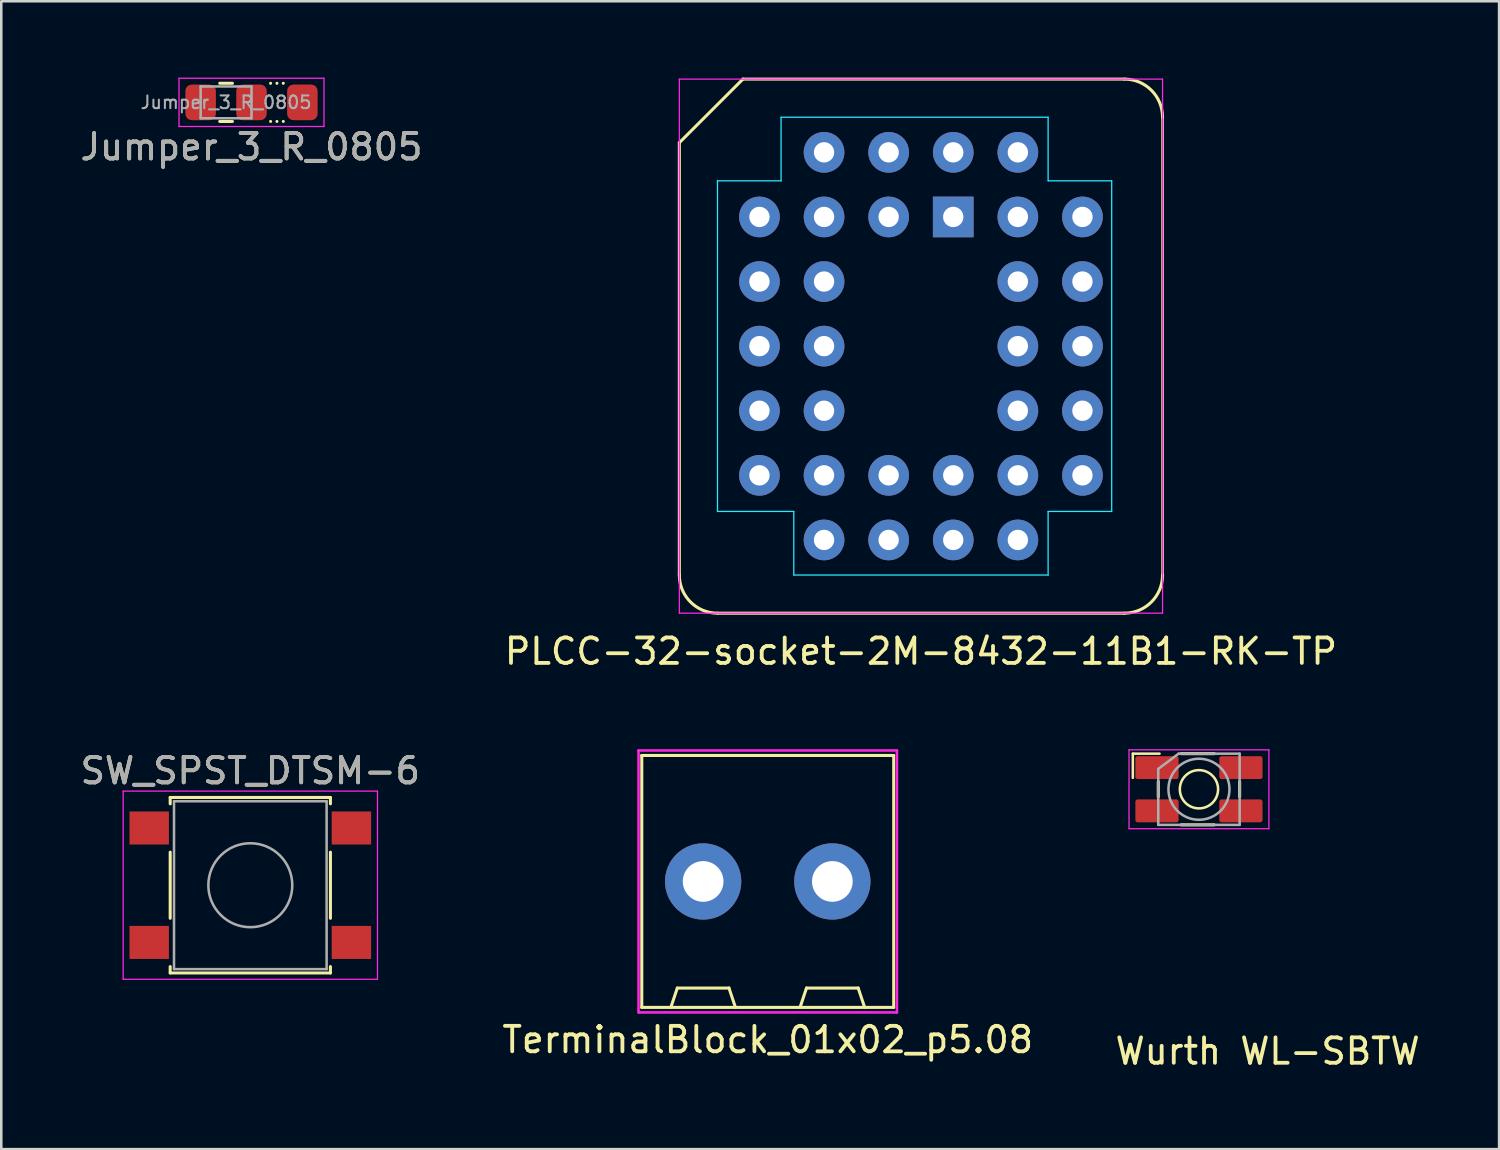
<source format=kicad_pcb>
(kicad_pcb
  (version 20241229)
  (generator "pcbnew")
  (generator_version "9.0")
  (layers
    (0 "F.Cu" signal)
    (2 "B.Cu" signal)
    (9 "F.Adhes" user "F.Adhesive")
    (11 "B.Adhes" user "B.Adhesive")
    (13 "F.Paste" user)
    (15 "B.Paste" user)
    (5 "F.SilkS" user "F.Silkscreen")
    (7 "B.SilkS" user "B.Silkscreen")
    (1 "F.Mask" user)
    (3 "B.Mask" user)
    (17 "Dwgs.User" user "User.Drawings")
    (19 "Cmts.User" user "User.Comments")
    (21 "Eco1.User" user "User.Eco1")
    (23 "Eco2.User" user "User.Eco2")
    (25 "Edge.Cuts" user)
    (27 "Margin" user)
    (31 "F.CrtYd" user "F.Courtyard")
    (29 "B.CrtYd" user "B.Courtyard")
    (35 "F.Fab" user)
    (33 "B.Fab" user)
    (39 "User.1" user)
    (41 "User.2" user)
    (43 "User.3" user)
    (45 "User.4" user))
  (footprint "SW_SPST_DTSM-6"
    (layer "F.Cu")
    (at 6.792 31.756)
    (property "Reference" "SW_SPST_DTSM-6" (at 0 -4.5 0) (layer "F.SilkS") (effects (font (size 1 1) (thickness 0.15))))
    (attr smd)
    (fp_line (start -3.15 -3.45) (end 3.15 -3.45) (stroke (width 0.12) (type solid)) (layer "F.SilkS"))
    (fp_line (start -3.15 -3.2) (end -3.15 -3.45) (stroke (width 0.12) (type solid)) (layer "F.SilkS"))
    (fp_line (start -3.15 1.3) (end -3.15 -1.3) (stroke (width 0.12) (type solid)) (layer "F.SilkS"))
    (fp_line (start -3.15 3.45) (end -3.15 3.2) (stroke (width 0.12) (type solid)) (layer "F.SilkS"))
    (fp_line (start 3.15 -3.45) (end 3.15 -3.2) (stroke (width 0.12) (type solid)) (layer "F.SilkS"))
    (fp_line (start 3.15 -1.3) (end 3.15 1.3) (stroke (width 0.12) (type solid)) (layer "F.SilkS"))
    (fp_line (start 3.15 3.2) (end 3.15 3.45) (stroke (width 0.12) (type solid)) (layer "F.SilkS"))
    (fp_line (start 3.15 3.45) (end -3.15 3.45) (stroke (width 0.12) (type solid)) (layer "F.SilkS"))
    (fp_line (start -5 -3.7) (end -5 3.7) (stroke (width 0.05) (type solid)) (layer "F.CrtYd"))
    (fp_line (start -5 3.7) (end 5 3.7) (stroke (width 0.05) (type solid)) (layer "F.CrtYd"))
    (fp_line (start 5 -3.7) (end -5 -3.7) (stroke (width 0.05) (type solid)) (layer "F.CrtYd"))
    (fp_line (start 5 3.7) (end 5 -3.7) (stroke (width 0.05) (type solid)) (layer "F.CrtYd"))
    (fp_line (start -3 -3.3) (end 3 -3.3) (stroke (width 0.1) (type solid)) (layer "F.Fab"))
    (fp_line (start -3 3.3) (end -3 -3.3) (stroke (width 0.1) (type solid)) (layer "F.Fab"))
    (fp_line (start 3 -3.3) (end 3 3.3) (stroke (width 0.1) (type solid)) (layer "F.Fab"))
    (fp_line (start 3 3.3) (end -3 3.3) (stroke (width 0.1) (type solid)) (layer "F.Fab"))
    (fp_circle (center 0 0) (end 1.65 0) (stroke (width 0.1) (type solid)) (fill no) (layer "F.Fab"))
    (fp_text user "${REFERENCE}" (at 0 -4.5 0) (layer "F.Fab") (effects (font (size 1 1) (thickness 0.15))))
    (pad "1" smd rect (at -3.975 -2.25) (size 1.55 1.3) (layers "F.Cu" "F.Mask" "F.Paste"))
    (pad "2" smd rect (at 3.975 -2.25) (size 1.55 1.3) (layers "F.Cu" "F.Mask" "F.Paste"))
    (pad "3" smd rect (at -3.975 2.25) (size 1.55 1.3) (layers "F.Cu" "F.Mask" "F.Paste"))
    (pad "4" smd rect (at 3.975 2.25) (size 1.55 1.3) (layers "F.Cu" "F.Mask" "F.Paste")))
  (footprint "Wurth WL-SBTW"
    (layer "F.Cu")
    (at 44.092 27.983)
    (property "Reference" "Wurth WL-SBTW" (at 2.7 10.3 0) (layer "F.SilkS") (effects (font (size 1 1) (thickness 0.15))))
    (attr through_hole)
    (fp_line (start -2.6 -1.4) (end -2.6 -0.45) (stroke (width 0.1) (type solid)) (layer "F.SilkS"))
    (fp_line (start -2.6 -1.4) (end -1.55 -1.4) (stroke (width 0.1) (type solid)) (layer "F.SilkS"))
    (fp_line (start -1.6 -0.3) (end -1.6 0.3) (stroke (width 0.12) (type solid)) (layer "F.SilkS"))
    (fp_line (start -0.7 -1.4) (end 0.6 -1.4) (stroke (width 0.12) (type solid)) (layer "F.SilkS"))
    (fp_line (start -0.7 1.4) (end 0.6 1.4) (stroke (width 0.12) (type solid)) (layer "F.SilkS"))
    (fp_line (start 1.6 -0.3) (end 1.6 0.3) (stroke (width 0.12) (type solid)) (layer "F.SilkS"))
    (fp_circle (center 0 0) (end 0.752 0) (stroke (width 0.1) (type solid)) (fill no) (layer "F.SilkS"))
    (fp_line (start -2.75 -1.55) (end -2.75 1.55) (stroke (width 0.05) (type solid)) (layer "F.CrtYd"))
    (fp_line (start -2.75 -1.55) (end 2.75 -1.55) (stroke (width 0.05) (type solid)) (layer "F.CrtYd"))
    (fp_line (start -2.75 1.55) (end 2.75 1.55) (stroke (width 0.05) (type solid)) (layer "F.CrtYd"))
    (fp_line (start 2.75 -1.55) (end 2.75 1.55) (stroke (width 0.05) (type solid)) (layer "F.CrtYd"))
    (fp_line (start -1.6 -0.8) (end -1.6 0) (stroke (width 0.1) (type solid)) (layer "F.Fab"))
    (fp_line (start -1.6 1.4) (end -1.6 0) (stroke (width 0.1) (type solid)) (layer "F.Fab"))
    (fp_line (start -0.8 -1.4) (end -1.6 -0.8) (stroke (width 0.1) (type solid)) (layer "F.Fab"))
    (fp_line (start 0 -1.4) (end -0.8 -1.4) (stroke (width 0.1) (type solid)) (layer "F.Fab"))
    (fp_line (start 1.6 -1.4) (end 0 -1.4) (stroke (width 0.1) (type solid)) (layer "F.Fab"))
    (fp_line (start 1.6 -1.4) (end 1.6 1.4) (stroke (width 0.1) (type solid)) (layer "F.Fab"))
    (fp_line (start 1.6 1.4) (end -1.6 1.4) (stroke (width 0.1) (type solid)) (layer "F.Fab"))
    (fp_circle (center 0 0) (end 1.2 0) (stroke (width 0.1) (type solid)) (fill no) (layer "F.Fab"))
    (pad "1" smd roundrect (at 1.65 -0.85) (size 1.7 0.9) (layers "F.Cu" "F.Mask" "F.Paste") (roundrect_rratio 0.1))
    (pad "2" smd roundrect (at 1.65 0.85) (size 1.7 0.9) (layers "F.Cu" "F.Mask" "F.Paste") (roundrect_rratio 0.1))
    (pad "3" smd roundrect (at -1.65 -0.85) (size 1.7 0.9) (layers "F.Cu" "F.Mask" "F.Paste") (roundrect_rratio 0.1))
    (pad "4" smd roundrect (at -1.65 0.85) (size 1.7 0.9) (layers "F.Cu" "F.Mask" "F.Paste") (roundrect_rratio 0.1)))
  (footprint "PLCC-32-socket-2M-8432-11B1-RK-TP"
    (layer "F.Cu")
    (at 33.161 10.56)
    (property "Reference" "PLCC-32-socket-2M-8432-11B1-RK-TP" (at 0 12 0) (layer "F.SilkS") (effects (font (size 1 1) (thickness 0.15))))
    (attr through_hole)
    (fp_line (start -9.5 -8) (end -9.5 9) (stroke (width 0.12) (type solid)) (layer "F.SilkS"))
    (fp_line (start -8 10.5) (end 8 10.5) (stroke (width 0.12) (type solid)) (layer "F.SilkS"))
    (fp_line (start -7 -10.5) (end -9.5 -8) (stroke (width 0.12) (type solid)) (layer "F.SilkS"))
    (fp_line (start 8 -10.5) (end -7 -10.5) (stroke (width 0.12) (type solid)) (layer "F.SilkS"))
    (fp_line (start 9.5 9) (end 9.5 -9) (stroke (width 0.1) (type solid)) (layer "F.SilkS"))
    (fp_arc (start -8 10.5) (mid -9.06066 10.06066) (end -9.5 9) (stroke (width 0.12) (type solid)) (layer "F.SilkS"))
    (fp_arc (start 8 -10.5) (mid 9.06066 -10.06066) (end 9.5 -9) (stroke (width 0.12) (type solid)) (layer "F.SilkS"))
    (fp_arc (start 9.5 9) (mid 9.06066 10.06066) (end 8 10.5) (stroke (width 0.12) (type solid)) (layer "F.SilkS"))
    (fp_line (start -8 -6.5) (end -5.5 -6.5) (stroke (width 0.05) (type solid)) (layer "B.CrtYd"))
    (fp_line (start -8 6.5) (end -8 -6.5) (stroke (width 0.05) (type solid)) (layer "B.CrtYd"))
    (fp_line (start -5.5 -9) (end 5 -9) (stroke (width 0.05) (type solid)) (layer "B.CrtYd"))
    (fp_line (start -5.5 -6.5) (end -5.5 -9) (stroke (width 0.05) (type solid)) (layer "B.CrtYd"))
    (fp_line (start -5 6.5) (end -8 6.5) (stroke (width 0.05) (type solid)) (layer "B.CrtYd"))
    (fp_line (start -5 9) (end -5 6.5) (stroke (width 0.05) (type solid)) (layer "B.CrtYd"))
    (fp_line (start 5 -9) (end 5 -6.5) (stroke (width 0.05) (type solid)) (layer "B.CrtYd"))
    (fp_line (start 5 -6.5) (end 7.5 -6.5) (stroke (width 0.05) (type solid)) (layer "B.CrtYd"))
    (fp_line (start 5 6.5) (end 5 9) (stroke (width 0.05) (type solid)) (layer "B.CrtYd"))
    (fp_line (start 5 9) (end -5 9) (stroke (width 0.05) (type solid)) (layer "B.CrtYd"))
    (fp_line (start 7.5 -6.5) (end 7.5 6.5) (stroke (width 0.05) (type solid)) (layer "B.CrtYd"))
    (fp_line (start 7.5 6.5) (end 5 6.5) (stroke (width 0.05) (type solid)) (layer "B.CrtYd"))
    (fp_line (start -9.5 -10.5) (end -9.5 10.5) (stroke (width 0.05) (type solid)) (layer "F.CrtYd"))
    (fp_line (start -9.5 10.5) (end 9.5 10.5) (stroke (width 0.05) (type solid)) (layer "F.CrtYd"))
    (fp_line (start 9.5 -10.5) (end -9.5 -10.5) (stroke (width 0.05) (type solid)) (layer "F.CrtYd"))
    (fp_line (start 9.5 10.5) (end 9.5 -10.5) (stroke (width 0.05) (type solid)) (layer "F.CrtYd"))
    (pad "1" thru_hole rect (at 1.27 -5.08) (size 1.6 1.6) (drill 0.8) (layers "*.Cu" "*.Mask"))
    (pad "2" thru_hole circle (at -1.27 -7.62) (size 1.6 1.6) (drill 0.8) (layers "*.Cu" "*.Mask"))
    (pad "3" thru_hole circle (at -1.27 -5.08) (size 1.6 1.6) (drill 0.8) (layers "*.Cu" "*.Mask"))
    (pad "4" thru_hole circle (at -3.81 -7.62) (size 1.6 1.6) (drill 0.8) (layers "*.Cu" "*.Mask"))
    (pad "5" thru_hole circle (at -6.35 -5.08) (size 1.6 1.6) (drill 0.8) (layers "*.Cu" "*.Mask"))
    (pad "6" thru_hole circle (at -3.81 -5.08) (size 1.6 1.6) (drill 0.8) (layers "*.Cu" "*.Mask"))
    (pad "7" thru_hole circle (at -6.35 -2.54) (size 1.6 1.6) (drill 0.8) (layers "*.Cu" "*.Mask"))
    (pad "8" thru_hole circle (at -3.81 -2.54) (size 1.6 1.6) (drill 0.8) (layers "*.Cu" "*.Mask"))
    (pad "9" thru_hole circle (at -6.35 0) (size 1.6 1.6) (drill 0.8) (layers "*.Cu" "*.Mask"))
    (pad "10" thru_hole circle (at -3.81 0) (size 1.6 1.6) (drill 0.8) (layers "*.Cu" "*.Mask"))
    (pad "11" thru_hole circle (at -6.35 2.54) (size 1.6 1.6) (drill 0.8) (layers "*.Cu" "*.Mask"))
    (pad "12" thru_hole circle (at -3.81 2.54) (size 1.6 1.6) (drill 0.8) (layers "*.Cu" "*.Mask"))
    (pad "13" thru_hole circle (at -6.35 5.08) (size 1.6 1.6) (drill 0.8) (layers "*.Cu" "*.Mask"))
    (pad "14" thru_hole circle (at -3.81 7.62) (size 1.6 1.6) (drill 0.8) (layers "*.Cu" "*.Mask"))
    (pad "15" thru_hole circle (at -3.81 5.08) (size 1.6 1.6) (drill 0.8) (layers "*.Cu" "*.Mask"))
    (pad "16" thru_hole circle (at -1.27 7.62) (size 1.6 1.6) (drill 0.8) (layers "*.Cu" "*.Mask"))
    (pad "17" thru_hole circle (at -1.27 5.08) (size 1.6 1.6) (drill 0.8) (layers "*.Cu" "*.Mask"))
    (pad "18" thru_hole circle (at 1.27 7.62) (size 1.6 1.6) (drill 0.8) (layers "*.Cu" "*.Mask"))
    (pad "19" thru_hole circle (at 1.27 5.08) (size 1.6 1.6) (drill 0.8) (layers "*.Cu" "*.Mask"))
    (pad "20" thru_hole circle (at 3.81 7.62) (size 1.6 1.6) (drill 0.8) (layers "*.Cu" "*.Mask"))
    (pad "21" thru_hole circle (at 6.35 5.08) (size 1.6 1.6) (drill 0.8) (layers "*.Cu" "*.Mask"))
    (pad "22" thru_hole circle (at 3.81 5.08) (size 1.6 1.6) (drill 0.8) (layers "*.Cu" "*.Mask"))
    (pad "23" thru_hole circle (at 6.35 2.54) (size 1.6 1.6) (drill 0.8) (layers "*.Cu" "*.Mask"))
    (pad "24" thru_hole circle (at 3.81 2.54) (size 1.6 1.6) (drill 0.8) (layers "*.Cu" "*.Mask"))
    (pad "25" thru_hole circle (at 6.35 0) (size 1.6 1.6) (drill 0.8) (layers "*.Cu" "*.Mask"))
    (pad "26" thru_hole circle (at 3.81 0) (size 1.6 1.6) (drill 0.8) (layers "*.Cu" "*.Mask"))
    (pad "27" thru_hole circle (at 6.35 -2.54) (size 1.6 1.6) (drill 0.8) (layers "*.Cu" "*.Mask"))
    (pad "28" thru_hole circle (at 3.81 -2.54) (size 1.6 1.6) (drill 0.8) (layers "*.Cu" "*.Mask"))
    (pad "29" thru_hole circle (at 6.35 -5.08) (size 1.6 1.6) (drill 0.8) (layers "*.Cu" "*.Mask"))
    (pad "30" thru_hole circle (at 3.81 -7.62) (size 1.6 1.6) (drill 0.8) (layers "*.Cu" "*.Mask"))
    (pad "31" thru_hole circle (at 3.81 -5.08) (size 1.6 1.6) (drill 0.8) (layers "*.Cu" "*.Mask"))
    (pad "32" thru_hole circle (at 1.27 -7.62) (size 1.6 1.6) (drill 0.8) (layers "*.Cu" "*.Mask")))
  (footprint "TerminalBlock_01x02_p5.08"
    (layer "F.Cu")
    (at 27.137 31.608)
    (property "Reference" "TerminalBlock_01x02_p5.08" (at 0 6.223 0) (layer "F.SilkS") (effects (font (size 1 1) (thickness 0.15))))
    (attr through_hole)
    (fp_line (start -4.953 -4.953) (end 4.953 -4.953) (stroke (width 0.12) (type solid)) (layer "F.SilkS"))
    (fp_line (start -4.953 4.953) (end -4.953 -4.953) (stroke (width 0.12) (type solid)) (layer "F.SilkS"))
    (fp_line (start -3.81 4.953) (end -3.556 4.191) (stroke (width 0.12) (type solid)) (layer "F.SilkS"))
    (fp_line (start -3.556 4.191) (end -1.524 4.191) (stroke (width 0.12) (type solid)) (layer "F.SilkS"))
    (fp_line (start -1.524 4.191) (end -1.27 4.953) (stroke (width 0.12) (type solid)) (layer "F.SilkS"))
    (fp_line (start 1.27 4.953) (end 1.524 4.191) (stroke (width 0.12) (type solid)) (layer "F.SilkS"))
    (fp_line (start 1.524 4.191) (end 3.556 4.191) (stroke (width 0.12) (type solid)) (layer "F.SilkS"))
    (fp_line (start 3.556 4.191) (end 3.81 4.953) (stroke (width 0.12) (type solid)) (layer "F.SilkS"))
    (fp_line (start 4.953 -4.953) (end 4.953 4.953) (stroke (width 0.12) (type solid)) (layer "F.SilkS"))
    (fp_line (start 4.953 4.953) (end -4.953 4.953) (stroke (width 0.12) (type solid)) (layer "F.SilkS"))
    (fp_line (start -5.08 -5.15) (end 5.08 -5.15) (stroke (width 0.1) (type solid)) (layer "F.CrtYd"))
    (fp_line (start -5.08 5.15) (end -5.08 -5.15) (stroke (width 0.1) (type solid)) (layer "F.CrtYd"))
    (fp_line (start -5.08 5.15) (end 5.08 5.15) (stroke (width 0.1) (type solid)) (layer "F.CrtYd"))
    (fp_line (start 5.08 -5.15) (end 5.08 5.15) (stroke (width 0.1) (type solid)) (layer "F.CrtYd"))
    (pad "1" thru_hole circle (at -2.54 0) (size 3 3) (drill 1.6) (layers "*.Cu" "*.Mask"))
    (pad "2" thru_hole circle (at 2.54 0) (size 3 3) (drill 1.6) (layers "*.Cu" "*.Mask")))
  (footprint "Jumper_3_R_0805"
    (layer "F.Cu")
    (at 6.839 0.975)
    (property "Reference" "Jumper_3_R_0805" (at 0 1.75 0) (unlocked yes) (layer "F.SilkS") (effects (font (size 1 1) (thickness 0.15))))
    (attr smd)
    (fp_line (start -1.25 -0.75) (end -0.75 -0.75) (stroke (width 0.12) (type solid)) (layer "F.SilkS"))
    (fp_line (start -1.25 0.75) (end -0.75 0.75) (stroke (width 0.12) (type solid)) (layer "F.SilkS"))
    (fp_line (start 0.75 -0.75) (end 0.75 -0.75) (stroke (width 0.12) (type solid)) (layer "F.SilkS"))
    (fp_line (start 0.75 0.75) (end 0.75 0.75) (stroke (width 0.12) (type solid)) (layer "F.SilkS"))
    (fp_line (start 1 -0.75) (end 1 -0.75) (stroke (width 0.12) (type solid)) (layer "F.SilkS"))
    (fp_line (start 1 0.75) (end 1 0.75) (stroke (width 0.12) (type solid)) (layer "F.SilkS"))
    (fp_line (start 1.25 -0.75) (end 1.25 -0.75) (stroke (width 0.12) (type solid)) (layer "F.SilkS"))
    (fp_line (start 1.25 0.75) (end 1.25 0.75) (stroke (width 0.12) (type solid)) (layer "F.SilkS"))
    (fp_line (start -2.85 -0.95) (end 2.85 -0.95) (stroke (width 0.05) (type solid)) (layer "F.CrtYd"))
    (fp_line (start -2.85 0.95) (end -2.85 -0.95) (stroke (width 0.05) (type solid)) (layer "F.CrtYd"))
    (fp_line (start 2.85 -0.95) (end 2.85 0.95) (stroke (width 0.05) (type solid)) (layer "F.CrtYd"))
    (fp_line (start 2.85 0.95) (end -2.85 0.95) (stroke (width 0.05) (type solid)) (layer "F.CrtYd"))
    (fp_line (start -2 -0.625) (end 0 -0.625) (stroke (width 0.1) (type solid)) (layer "F.Fab"))
    (fp_line (start -2 0.625) (end -2 -0.625) (stroke (width 0.1) (type solid)) (layer "F.Fab"))
    (fp_line (start 0 -0.625) (end 0 0.625) (stroke (width 0.1) (type solid)) (layer "F.Fab"))
    (fp_line (start 0 0.625) (end -2 0.625) (stroke (width 0.1) (type solid)) (layer "F.Fab"))
    (fp_text user "${REFERENCE}" (at 0 1.75 0) (unlocked yes) (layer "F.Fab") (effects (font (size 1 1) (thickness 0.15))))
    (fp_text user "${REFERENCE}" (at -1 0 0) (layer "F.Fab") (effects (font (size 0.5 0.5) (thickness 0.08))))
    (pad "1" smd roundrect (at -2 0) (size 1.2 1.4) (layers "F.Cu" "F.Mask" "F.Paste") (roundrect_rratio 0.208))
    (pad "2" smd roundrect (at 0 0) (size 1.2 1.4) (layers "F.Cu" "F.Mask" "F.Paste") (roundrect_rratio 0.208))
    (pad "3" smd roundrect (at 2 0) (size 1.2 1.4) (layers "F.Cu" "F.Mask" "F.Paste") (roundrect_rratio 0.208)))
  (gr_rect
    (start -3 -3)
    (end 55.893 42.132)
    (stroke (width 0.1) (type default))
    (fill no)
    (layer "Edge.Cuts")))
</source>
